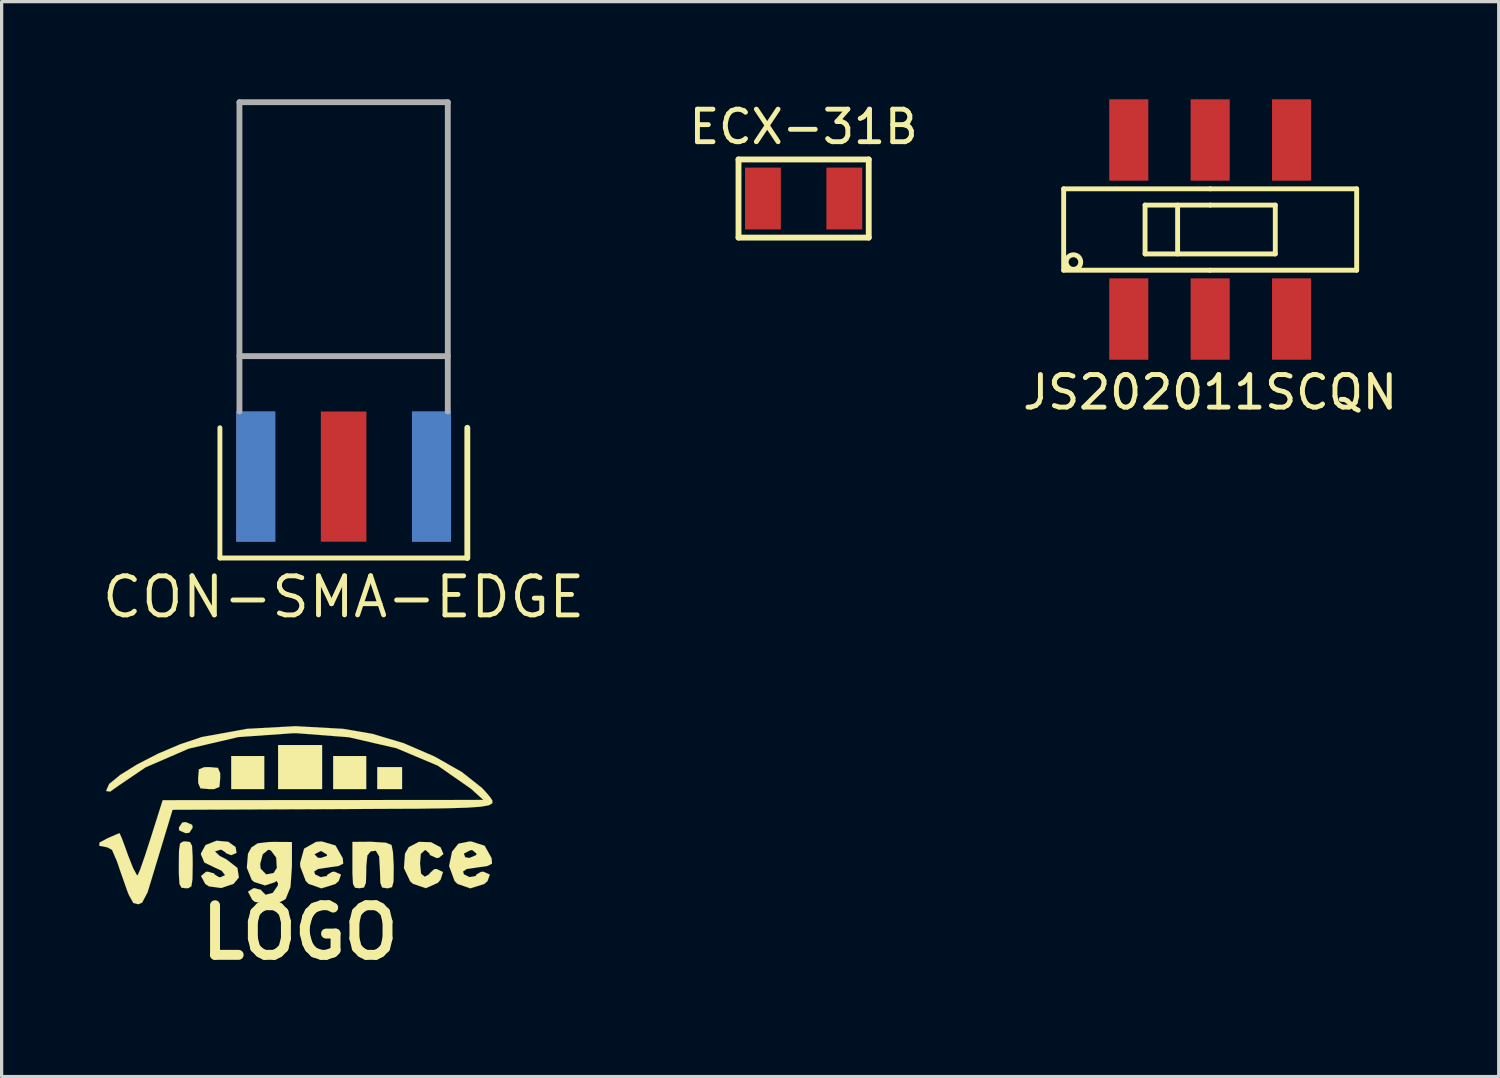
<source format=kicad_pcb>
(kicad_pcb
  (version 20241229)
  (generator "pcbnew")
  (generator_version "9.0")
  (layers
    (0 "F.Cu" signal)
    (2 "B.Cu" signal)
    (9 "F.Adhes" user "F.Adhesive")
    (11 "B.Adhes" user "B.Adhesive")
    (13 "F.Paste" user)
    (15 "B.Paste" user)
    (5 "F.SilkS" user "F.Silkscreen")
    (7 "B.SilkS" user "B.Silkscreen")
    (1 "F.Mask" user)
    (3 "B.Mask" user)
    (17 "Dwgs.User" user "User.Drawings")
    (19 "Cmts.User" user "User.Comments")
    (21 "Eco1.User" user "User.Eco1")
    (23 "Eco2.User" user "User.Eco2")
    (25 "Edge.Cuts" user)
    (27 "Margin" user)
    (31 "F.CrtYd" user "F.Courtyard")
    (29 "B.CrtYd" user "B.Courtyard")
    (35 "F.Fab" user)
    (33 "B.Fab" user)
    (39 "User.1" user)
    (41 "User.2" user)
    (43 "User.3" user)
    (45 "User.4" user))
  (footprint "ECX-31B"
    (layer "F.Cu")
    (at 21.635 3.048)
    (property "Reference" "ECX-31B" (at 0 -2.2 0) (layer "F.SilkS") (effects (font (size 1 1) (thickness 0.15))))
    (attr through_hole)
    (fp_line (start -2 -1.2) (end 2 -1.2) (stroke (width 0.18) (type solid)) (layer "F.SilkS"))
    (fp_line (start -2 1.2) (end -2 -1.2) (stroke (width 0.18) (type solid)) (layer "F.SilkS"))
    (fp_line (start 2 -1.2) (end 2 1.2) (stroke (width 0.18) (type solid)) (layer "F.SilkS"))
    (fp_line (start 2 1.2) (end -2 1.2) (stroke (width 0.18) (type solid)) (layer "F.SilkS"))
    (pad "1" smd rect (at -1.25 0) (size 1.1 1.9) (layers "F.Cu" "F.Mask" "F.Paste"))
    (pad "2" smd rect (at 1.25 0) (size 1.1 1.9) (layers "F.Cu" "F.Mask" "F.Paste")))
  (footprint "CON-SMA-EDGE"
    (layer "F.Cu")
    (at 7.505 11.59)
    (property "Reference" "CON-SMA-EDGE" (at 0 3.7 0) (layer "F.SilkS") (effects (font (size 1.2 1.2) (thickness 0.15))))
    (attr through_hole)
    (fp_line (start -3.8 -1.5) (end -3.8 2.5) (stroke (width 0.15) (type solid)) (layer "F.SilkS"))
    (fp_line (start -3.8 2.5) (end 3.8 2.5) (stroke (width 0.15) (type solid)) (layer "F.SilkS"))
    (fp_line (start 3.8 2.5) (end 3.8 -1.5) (stroke (width 0.18) (type solid)) (layer "F.SilkS"))
    (fp_line (start -3.2 -11.5) (end -3.2 -2) (stroke (width 0.18) (type solid)) (layer "F.Fab"))
    (fp_line (start 3.2 -11.5) (end -3.2 -11.5) (stroke (width 0.18) (type solid)) (layer "F.Fab"))
    (fp_line (start 3.2 -3.7) (end -3.2 -3.7) (stroke (width 0.18) (type solid)) (layer "F.Fab"))
    (fp_line (start 3.2 -2) (end 3.2 -11.5) (stroke (width 0.18) (type solid)) (layer "F.Fab"))
    (pad "1" smd rect (at 0 0) (size 1.4 4) (layers "F.Cu" "F.Mask"))
    (pad "2" smd rect (at -2.7 0) (size 1.2 4) (layers "F.Cu" "F.Mask"))
    (pad "2" smd rect (at -2.7 0) (size 1.2 4) (layers "B.Cu" "B.Mask"))
    (pad "2" smd rect (at 2.7 0) (size 1.2 4) (layers "F.Cu" "F.Mask"))
    (pad "2" smd rect (at 2.7 0) (size 1.2 4) (layers "B.Cu" "B.Mask")))
  (footprint "LOGO"
    (layer "F.Cu")
    (at 6.168 21.951)
    (property "Reference" "LOGO" (at 0 3.64 0) (layer "F.SilkS") (effects (font (size 1.524 1.524) (thickness 0.305))))
    (attr through_hole)
    (fp_poly (pts (xy -1.1 -0.762) (xy -1.1 -1.778) (xy -2.116 -1.778) (xy -2.116 -0.762) (xy -1.1 -0.762)) (stroke (width 0.003) (type solid)) (fill yes) (layer "F.SilkS"))
    (fp_poly (pts (xy 0.676 -0.762) (xy 0.676 -2.116) (xy -0.676 -2.116) (xy -0.676 -0.762) (xy 0.676 -0.762)) (stroke (width 0.003) (type solid)) (fill yes) (layer "F.SilkS"))
    (fp_poly (pts (xy 2.032 -0.762) (xy 2.032 -1.778) (xy 1.016 -1.778) (xy 1.016 -0.762) (xy 2.032 -0.762)) (stroke (width 0.003) (type solid)) (fill yes) (layer "F.SilkS"))
    (fp_poly (pts (xy 3.132 -0.762) (xy 3.132 -1.438) (xy 2.37 -1.438) (xy 2.37 -0.762) (xy 3.132 -0.762)) (stroke (width 0.003) (type solid)) (fill yes) (layer "F.SilkS"))
    (fp_poly (pts (xy -3.513 0.592) (xy -3.404 0.579) (xy -3.299 0.422) (xy -3.315 0.335) (xy -3.513 0.251) (xy -3.619 0.264) (xy -3.724 0.422) (xy -3.711 0.508) (xy -3.513 0.592)) (stroke (width 0.003) (type solid)) (fill yes) (layer "F.SilkS"))
    (fp_poly (pts (xy -2.791 -0.762) (xy -2.639 -0.762) (xy -2.477 -0.831) (xy -2.454 -1.1) (xy -2.456 -1.255) (xy -2.525 -1.415) (xy -2.791 -1.438) (xy -2.946 -1.435) (xy -3.109 -1.369) (xy -3.132 -1.1) (xy -3.129 -0.945) (xy -3.061 -0.785) (xy -2.791 -0.762)) (stroke (width 0.003) (type solid)) (fill yes) (layer "F.SilkS"))
    (fp_poly (pts (xy -3.513 2.283) (xy -3.432 2.281) (xy -3.34 2.223) (xy -3.307 2.017) (xy -3.299 1.565) (xy -3.302 1.29) (xy -3.32 0.98) (xy -3.381 0.864) (xy -3.513 0.846) (xy -3.594 0.848) (xy -3.686 0.907) (xy -3.719 1.115) (xy -3.724 1.565) (xy -3.724 1.839) (xy -3.706 2.149) (xy -3.645 2.266) (xy -3.513 2.283)) (stroke (width 0.003) (type solid)) (fill yes) (layer "F.SilkS"))
    (fp_poly (pts (xy 2.667 2.283) (xy 2.705 2.283) (xy 2.824 2.248) (xy 2.87 2.078) (xy 2.875 1.671) (xy 2.875 1.593) (xy 2.852 1.176) (xy 2.809 0.955) (xy 2.634 0.884) (xy 2.177 0.856) (xy 1.608 0.861) (xy 1.608 1.572) (xy 1.608 1.836) (xy 1.626 2.149) (xy 1.687 2.266) (xy 1.819 2.283) (xy 1.963 2.261) (xy 2.022 2.116) (xy 2.032 1.742) (xy 2.032 1.621) (xy 2.065 1.278) (xy 2.167 1.151) (xy 2.327 1.13) (xy 2.428 1.3) (xy 2.454 1.74) (xy 2.464 2.113) (xy 2.52 2.261) (xy 2.667 2.283)) (stroke (width 0.003) (type solid)) (fill yes) (layer "F.SilkS"))
    (fp_poly (pts (xy 3.863 2.281) (xy 4.232 2.116) (xy 4.315 2.019) (xy 4.389 1.786) (xy 4.191 1.692) (xy 4.12 1.697) (xy 3.978 1.826) (xy 3.975 1.849) (xy 3.83 1.93) (xy 3.716 1.836) (xy 3.683 1.521) (xy 3.708 1.227) (xy 3.83 1.115) (xy 3.858 1.113) (xy 3.978 1.219) (xy 3.985 1.262) (xy 4.191 1.354) (xy 4.26 1.349) (xy 4.402 1.232) (xy 4.315 1.026) (xy 4.021 0.869) (xy 3.647 0.859) (xy 3.338 1.021) (xy 3.223 1.217) (xy 3.19 1.664) (xy 3.381 2.068) (xy 3.47 2.149) (xy 3.863 2.281)) (stroke (width 0.003) (type solid)) (fill yes) (layer "F.SilkS"))
    (fp_poly (pts (xy -2.423 2.276) (xy -2.045 2.149) (xy -1.88 1.951) (xy -1.925 1.659) (xy -2.263 1.397) (xy -2.471 1.29) (xy -2.616 1.151) (xy -2.454 1.1) (xy -2.416 1.102) (xy -2.283 1.184) (xy -2.281 1.204) (xy -2.116 1.267) (xy -1.953 1.199) (xy -1.981 1.019) (xy -2.207 0.856) (xy -2.565 0.823) (xy -2.903 0.955) (xy -3.045 1.212) (xy -3.045 1.245) (xy -2.939 1.494) (xy -2.586 1.664) (xy -2.41 1.745) (xy -2.304 1.88) (xy -2.446 1.946) (xy -2.492 1.943) (xy -2.624 1.862) (xy -2.639 1.831) (xy -2.835 1.775) (xy -2.893 1.781) (xy -3.043 1.908) (xy -2.913 2.151) (xy -2.804 2.225) (xy -2.423 2.276)) (stroke (width 0.003) (type solid)) (fill yes) (layer "F.SilkS"))
    (fp_poly (pts (xy 5.227 2.286) (xy 5.652 2.154) (xy 5.756 2.065) (xy 5.829 1.864) (xy 5.629 1.775) (xy 5.552 1.783) (xy 5.418 1.862) (xy 5.39 1.91) (xy 5.204 1.941) (xy 5.032 1.857) (xy 5.004 1.768) (xy 5.121 1.692) (xy 5.199 1.681) (xy 5.199 1.354) (xy 5.072 1.331) (xy 5.029 1.217) (xy 5.232 1.115) (xy 5.288 1.11) (xy 5.418 1.219) (xy 5.41 1.265) (xy 5.199 1.354) (xy 5.199 1.681) (xy 5.497 1.636) (xy 5.751 1.6) (xy 5.895 1.527) (xy 5.883 1.361) (xy 5.669 0.978) (xy 5.255 0.846) (xy 5.194 0.848) (xy 4.864 0.914) (xy 4.669 1.158) (xy 4.577 1.6) (xy 4.747 2.062) (xy 4.834 2.149) (xy 5.227 2.286)) (stroke (width 0.003) (type solid)) (fill yes) (layer "F.SilkS"))
    (fp_poly (pts (xy 0.655 2.286) (xy 1.079 2.154) (xy 1.184 2.065) (xy 1.257 1.864) (xy 1.057 1.775) (xy 0.98 1.783) (xy 0.846 1.862) (xy 0.818 1.91) (xy 0.632 1.941) (xy 0.46 1.857) (xy 0.432 1.768) (xy 0.549 1.692) (xy 0.635 1.679) (xy 0.635 1.354) (xy 0.546 1.346) (xy 0.445 1.247) (xy 0.45 1.234) (xy 0.635 1.14) (xy 0.655 1.143) (xy 0.826 1.247) (xy 0.826 1.29) (xy 0.635 1.354) (xy 0.635 1.679) (xy 0.925 1.636) (xy 1.179 1.6) (xy 1.323 1.527) (xy 1.311 1.361) (xy 1.087 0.97) (xy 0.663 0.846) (xy 0.49 0.859) (xy 0.124 1.067) (xy 0 1.511) (xy 0.005 1.615) (xy 0.175 2.062) (xy 0.262 2.149) (xy 0.655 2.286)) (stroke (width 0.003) (type solid)) (fill yes) (layer "F.SilkS"))
    (fp_poly (pts (xy -0.965 2.794) (xy -0.737 2.774) (xy -0.445 2.616) (xy -0.295 2.245) (xy -0.251 1.605) (xy -0.251 0.864) (xy -0.795 0.861) (xy -0.965 0.864) (xy -1.303 0.904) (xy -1.494 1.029) (xy -1.6 1.222) (xy -1.636 1.654) (xy -1.486 2.024) (xy -1.415 2.088) (xy -1.077 2.197) (xy -1.041 2.184) (xy -1.041 1.859) (xy -1.212 1.684) (xy -1.227 1.537) (xy -1.148 1.24) (xy -0.978 1.1) (xy -0.899 1.12) (xy -0.734 1.341) (xy -0.714 1.659) (xy -0.813 1.814) (xy -1.041 1.859) (xy -1.041 2.184) (xy -0.777 2.098) (xy -0.726 2.055) (xy -0.676 2.134) (xy -0.683 2.197) (xy -0.838 2.426) (xy -1.059 2.484) (xy -1.062 2.482) (xy -1.184 2.36) (xy -1.199 2.334) (xy -1.394 2.283) (xy -1.438 2.286) (xy -1.6 2.39) (xy -1.468 2.639) (xy -1.394 2.7) (xy -0.965 2.794)) (stroke (width 0.003) (type solid)) (fill yes) (layer "F.SilkS"))
    (fp_poly (pts (xy -4.968 2.776) (xy -4.851 2.723) (xy -4.686 2.41) (xy -4.595 2.113) (xy -3.917 -0.127) (xy 1.003 -0.147) (xy 2.461 -0.155) (xy 3.609 -0.16) (xy 4.483 -0.173) (xy 5.118 -0.191) (xy 5.545 -0.221) (xy 5.796 -0.264) (xy 5.905 -0.328) (xy 5.905 -0.414) (xy 5.829 -0.526) (xy 5.707 -0.668) (xy 5.591 -0.795) (xy 4.966 -1.288) (xy 4.13 -1.763) (xy 3.183 -2.172) (xy 2.215 -2.461) (xy 1.318 -2.614) (xy -0.14 -2.695) (xy -1.631 -2.614) (xy -2.992 -2.367) (xy -3.04 -2.355) (xy -3.693 -2.136) (xy -4.371 -1.847) (xy -5.004 -1.521) (xy -5.524 -1.199) (xy -5.865 -0.919) (xy -5.956 -0.719) (xy -5.946 -0.699) (xy -5.832 -0.686) (xy -5.558 -0.881) (xy -4.747 -1.43) (xy -3.424 -2.004) (xy -1.9 -2.36) (xy -0.211 -2.479) (xy -0.107 -2.479) (xy 1.499 -2.355) (xy 2.962 -2.017) (xy 4.229 -1.483) (xy 5.253 -0.77) (xy 5.629 -0.429) (xy -4.221 -0.422) (xy -4.582 0.721) (xy -4.765 1.285) (xy -4.91 1.702) (xy -4.989 1.885) (xy -5.014 1.877) (xy -5.128 1.669) (xy -5.286 1.27) (xy -5.347 1.095) (xy -5.481 0.734) (xy -5.545 0.592) (xy -5.639 0.627) (xy -5.923 0.752) (xy -6.162 0.881) (xy -6.167 0.98) (xy -5.913 1.029) (xy -5.776 1.107) (xy -5.626 1.455) (xy -5.499 1.826) (xy -5.314 2.352) (xy -5.26 2.489) (xy -5.123 2.736) (xy -4.968 2.776)) (stroke (width 0.003) (type solid)) (fill yes) (layer "F.SilkS")))
  (footprint "JS202011SCQN"
    (layer "F.Cu")
    (at 34.123 4)
    (property "Reference" "JS202011SCQN" (at 0 5 0) (layer "F.SilkS") (effects (font (size 1 1) (thickness 0.15))))
    (attr through_hole)
    (fp_line (start -4.5 -1.25) (end 0 -1.25) (stroke (width 0.15) (type solid)) (layer "F.SilkS"))
    (fp_line (start -4.5 1.25) (end -4.5 -1.25) (stroke (width 0.15) (type solid)) (layer "F.SilkS"))
    (fp_line (start -2 -0.75) (end 0 -0.75) (stroke (width 0.15) (type solid)) (layer "F.SilkS"))
    (fp_line (start -2 0.75) (end -2 -0.75) (stroke (width 0.15) (type solid)) (layer "F.SilkS"))
    (fp_line (start -1 -0.75) (end -1 0.75) (stroke (width 0.15) (type solid)) (layer "F.SilkS"))
    (fp_line (start 0 -1.25) (end 4.5 -1.25) (stroke (width 0.15) (type solid)) (layer "F.SilkS"))
    (fp_line (start 0 -0.75) (end 2 -0.75) (stroke (width 0.15) (type solid)) (layer "F.SilkS"))
    (fp_line (start 0 1.25) (end -4.5 1.25) (stroke (width 0.15) (type solid)) (layer "F.SilkS"))
    (fp_line (start 2 -0.75) (end 2 0.75) (stroke (width 0.15) (type solid)) (layer "F.SilkS"))
    (fp_line (start 2 0.75) (end -2 0.75) (stroke (width 0.15) (type solid)) (layer "F.SilkS"))
    (fp_line (start 4.5 -1.25) (end 4.5 1.25) (stroke (width 0.15) (type solid)) (layer "F.SilkS"))
    (fp_line (start 4.5 1.25) (end 0 1.25) (stroke (width 0.15) (type solid)) (layer "F.SilkS"))
    (fp_circle (center -4.2 1) (end -4.1 0.8) (stroke (width 0.15) (type solid)) (fill no) (layer "F.SilkS"))
    (pad "1" smd rect (at -2.5 2.75) (size 1.2 2.5) (layers "F.Cu" "F.Mask" "F.Paste"))
    (pad "2" smd rect (at 0 2.75) (size 1.2 2.5) (layers "F.Cu" "F.Mask" "F.Paste"))
    (pad "3" smd rect (at 2.5 2.75) (size 1.2 2.5) (layers "F.Cu" "F.Mask" "F.Paste"))
    (pad "4" smd rect (at -2.5 -2.75) (size 1.2 2.5) (layers "F.Cu" "F.Mask" "F.Paste"))
    (pad "5" smd rect (at 0 -2.75) (size 1.2 2.5) (layers "F.Cu" "F.Mask" "F.Paste"))
    (pad "6" smd rect (at 2.5 -2.75) (size 1.2 2.5) (layers "F.Cu" "F.Mask" "F.Paste")))
  (gr_rect
    (start -3 -3)
    (end 42.986 30.018)
    (stroke (width 0.1) (type default))
    (fill no)
    (layer "Edge.Cuts")))
</source>
